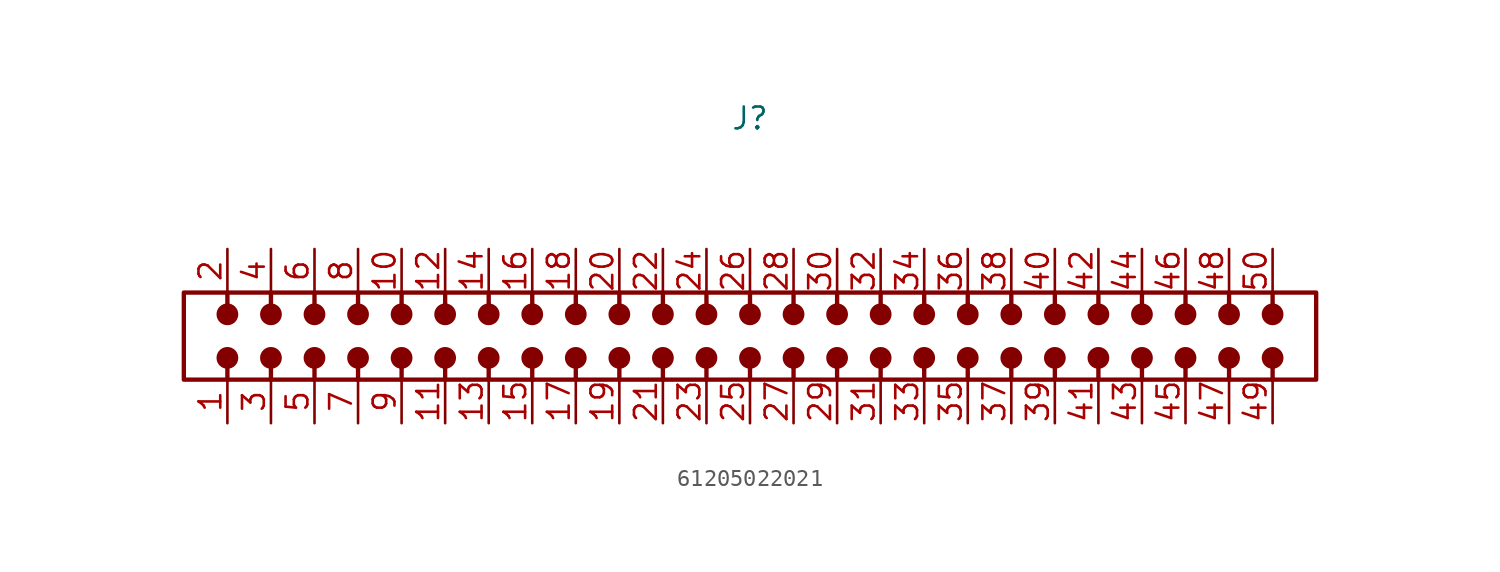
<source format=kicad_sym>
(kicad_symbol_lib
  (version 20241209)
  (generator "kicad_symbol_editor")
  (generator_version "9.0")
  (symbol "61205022021"
    (pin_names
      (hide yes))
    (property "Reference" "J"
      (at 0 12.7 0)
      (effects (font (size 1.27 1.27))))
    (symbol "61205022021_1_1"
      (rectangle (start -33.02 2.54) (end 33.02 -2.54) (stroke (width 0.254) (type solid)) (fill (type none)))
      (polyline (pts (xy -30.48 1.778) (xy -30.48 2.54)) (stroke (width 0.254) (type solid)) (fill (type none)))
      (circle (center -30.48 1.27) (radius 0.508) (stroke (width 0.254) (type solid)) (fill (type outline)))
      (circle (center -30.48 -1.27) (radius 0.508) (stroke (width 0.254) (type solid)) (fill (type outline)))
      (polyline (pts (xy -30.48 -1.778) (xy -30.48 -2.54)) (stroke (width 0.254) (type solid)) (fill (type none)))
      (polyline (pts (xy -27.94 1.778) (xy -27.94 2.54)) (stroke (width 0.254) (type solid)) (fill (type none)))
      (circle (center -27.94 1.27) (radius 0.508) (stroke (width 0.254) (type solid)) (fill (type outline)))
      (circle (center -27.94 -1.27) (radius 0.508) (stroke (width 0.254) (type solid)) (fill (type outline)))
      (polyline (pts (xy -27.94 -1.778) (xy -27.94 -2.54)) (stroke (width 0.254) (type solid)) (fill (type none)))
      (polyline (pts (xy -25.4 1.778) (xy -25.4 2.54)) (stroke (width 0.254) (type solid)) (fill (type none)))
      (circle (center -25.4 1.27) (radius 0.508) (stroke (width 0.254) (type solid)) (fill (type outline)))
      (circle (center -25.4 -1.27) (radius 0.508) (stroke (width 0.254) (type solid)) (fill (type outline)))
      (polyline (pts (xy -25.4 -1.778) (xy -25.4 -2.54)) (stroke (width 0.254) (type solid)) (fill (type none)))
      (polyline (pts (xy -22.86 1.778) (xy -22.86 2.54)) (stroke (width 0.254) (type solid)) (fill (type none)))
      (circle (center -22.86 1.27) (radius 0.508) (stroke (width 0.254) (type solid)) (fill (type outline)))
      (circle (center -22.86 -1.27) (radius 0.508) (stroke (width 0.254) (type solid)) (fill (type outline)))
      (polyline (pts (xy -22.86 -1.778) (xy -22.86 -2.54)) (stroke (width 0.254) (type solid)) (fill (type none)))
      (polyline (pts (xy -20.32 1.778) (xy -20.32 2.54)) (stroke (width 0.254) (type solid)) (fill (type none)))
      (circle (center -20.32 1.27) (radius 0.508) (stroke (width 0.254) (type solid)) (fill (type outline)))
      (circle (center -20.32 -1.27) (radius 0.508) (stroke (width 0.254) (type solid)) (fill (type outline)))
      (polyline (pts (xy -20.32 -1.778) (xy -20.32 -2.54)) (stroke (width 0.254) (type solid)) (fill (type none)))
      (polyline (pts (xy -17.78 1.778) (xy -17.78 2.54)) (stroke (width 0.254) (type solid)) (fill (type none)))
      (circle (center -17.78 1.27) (radius 0.508) (stroke (width 0.254) (type solid)) (fill (type outline)))
      (circle (center -17.78 -1.27) (radius 0.508) (stroke (width 0.254) (type solid)) (fill (type outline)))
      (polyline (pts (xy -17.78 -1.778) (xy -17.78 -2.54)) (stroke (width 0.254) (type solid)) (fill (type none)))
      (polyline (pts (xy -15.24 1.778) (xy -15.24 2.54)) (stroke (width 0.254) (type solid)) (fill (type none)))
      (circle (center -15.24 1.27) (radius 0.508) (stroke (width 0.254) (type solid)) (fill (type outline)))
      (circle (center -15.24 -1.27) (radius 0.508) (stroke (width 0.254) (type solid)) (fill (type outline)))
      (polyline (pts (xy -15.24 -1.778) (xy -15.24 -2.54)) (stroke (width 0.254) (type solid)) (fill (type none)))
      (polyline (pts (xy -12.7 1.778) (xy -12.7 2.54)) (stroke (width 0.254) (type solid)) (fill (type none)))
      (circle (center -12.7 1.27) (radius 0.508) (stroke (width 0.254) (type solid)) (fill (type outline)))
      (circle (center -12.7 -1.27) (radius 0.508) (stroke (width 0.254) (type solid)) (fill (type outline)))
      (polyline (pts (xy -12.7 -1.778) (xy -12.7 -2.54)) (stroke (width 0.254) (type solid)) (fill (type none)))
      (polyline (pts (xy -10.16 1.778) (xy -10.16 2.54)) (stroke (width 0.254) (type solid)) (fill (type none)))
      (circle (center -10.16 1.27) (radius 0.508) (stroke (width 0.254) (type solid)) (fill (type outline)))
      (circle (center -10.16 -1.27) (radius 0.508) (stroke (width 0.254) (type solid)) (fill (type outline)))
      (polyline (pts (xy -10.16 -1.778) (xy -10.16 -2.54)) (stroke (width 0.254) (type solid)) (fill (type none)))
      (polyline (pts (xy -7.62 1.778) (xy -7.62 2.54)) (stroke (width 0.254) (type solid)) (fill (type none)))
      (circle (center -7.62 1.27) (radius 0.508) (stroke (width 0.254) (type solid)) (fill (type outline)))
      (circle (center -7.62 -1.27) (radius 0.508) (stroke (width 0.254) (type solid)) (fill (type outline)))
      (polyline (pts (xy -7.62 -1.778) (xy -7.62 -2.54)) (stroke (width 0.254) (type solid)) (fill (type none)))
      (polyline (pts (xy -5.08 1.778) (xy -5.08 2.54)) (stroke (width 0.254) (type solid)) (fill (type none)))
      (circle (center -5.08 1.27) (radius 0.508) (stroke (width 0.254) (type solid)) (fill (type outline)))
      (circle (center -5.08 -1.27) (radius 0.508) (stroke (width 0.254) (type solid)) (fill (type outline)))
      (polyline (pts (xy -5.08 -1.778) (xy -5.08 -2.54)) (stroke (width 0.254) (type solid)) (fill (type none)))
      (polyline (pts (xy -2.54 1.778) (xy -2.54 2.54)) (stroke (width 0.254) (type solid)) (fill (type none)))
      (circle (center -2.54 1.27) (radius 0.508) (stroke (width 0.254) (type solid)) (fill (type outline)))
      (circle (center -2.54 -1.27) (radius 0.508) (stroke (width 0.254) (type solid)) (fill (type outline)))
      (polyline (pts (xy -2.54 -1.778) (xy -2.54 -2.54)) (stroke (width 0.254) (type solid)) (fill (type none)))
      (polyline (pts (xy 0 1.778) (xy 0 2.54)) (stroke (width 0.254) (type solid)) (fill (type none)))
      (circle (center 0 1.27) (radius 0.508) (stroke (width 0.254) (type solid)) (fill (type outline)))
      (circle (center 0 -1.27) (radius 0.508) (stroke (width 0.254) (type solid)) (fill (type outline)))
      (polyline (pts (xy 0 -1.778) (xy 0 -2.54)) (stroke (width 0.254) (type solid)) (fill (type none)))
      (polyline (pts (xy 2.54 1.778) (xy 2.54 2.54)) (stroke (width 0.254) (type solid)) (fill (type none)))
      (circle (center 2.54 1.27) (radius 0.508) (stroke (width 0.254) (type solid)) (fill (type outline)))
      (circle (center 2.54 -1.27) (radius 0.508) (stroke (width 0.254) (type solid)) (fill (type outline)))
      (polyline (pts (xy 2.54 -1.778) (xy 2.54 -2.54)) (stroke (width 0.254) (type solid)) (fill (type none)))
      (polyline (pts (xy 5.08 1.778) (xy 5.08 2.54)) (stroke (width 0.254) (type solid)) (fill (type none)))
      (circle (center 5.08 1.27) (radius 0.508) (stroke (width 0.254) (type solid)) (fill (type outline)))
      (circle (center 5.08 -1.27) (radius 0.508) (stroke (width 0.254) (type solid)) (fill (type outline)))
      (polyline (pts (xy 5.08 -1.778) (xy 5.08 -2.54)) (stroke (width 0.254) (type solid)) (fill (type none)))
      (polyline (pts (xy 7.62 1.778) (xy 7.62 2.54)) (stroke (width 0.254) (type solid)) (fill (type none)))
      (circle (center 7.62 1.27) (radius 0.508) (stroke (width 0.254) (type solid)) (fill (type outline)))
      (circle (center 7.62 -1.27) (radius 0.508) (stroke (width 0.254) (type solid)) (fill (type outline)))
      (polyline (pts (xy 7.62 -1.778) (xy 7.62 -2.54)) (stroke (width 0.254) (type solid)) (fill (type none)))
      (polyline (pts (xy 10.16 1.778) (xy 10.16 2.54)) (stroke (width 0.254) (type solid)) (fill (type none)))
      (circle (center 10.16 1.27) (radius 0.508) (stroke (width 0.254) (type solid)) (fill (type outline)))
      (circle (center 10.16 -1.27) (radius 0.508) (stroke (width 0.254) (type solid)) (fill (type outline)))
      (polyline (pts (xy 10.16 -1.778) (xy 10.16 -2.54)) (stroke (width 0.254) (type solid)) (fill (type none)))
      (polyline (pts (xy 12.7 1.778) (xy 12.7 2.54)) (stroke (width 0.254) (type solid)) (fill (type none)))
      (circle (center 12.7 1.27) (radius 0.508) (stroke (width 0.254) (type solid)) (fill (type outline)))
      (circle (center 12.7 -1.27) (radius 0.508) (stroke (width 0.254) (type solid)) (fill (type outline)))
      (polyline (pts (xy 12.7 -1.778) (xy 12.7 -2.54)) (stroke (width 0.254) (type solid)) (fill (type none)))
      (polyline (pts (xy 15.24 1.778) (xy 15.24 2.54)) (stroke (width 0.254) (type solid)) (fill (type none)))
      (circle (center 15.24 1.27) (radius 0.508) (stroke (width 0.254) (type solid)) (fill (type outline)))
      (circle (center 15.24 -1.27) (radius 0.508) (stroke (width 0.254) (type solid)) (fill (type outline)))
      (polyline (pts (xy 15.24 -1.778) (xy 15.24 -2.54)) (stroke (width 0.254) (type solid)) (fill (type none)))
      (polyline (pts (xy 17.78 1.778) (xy 17.78 2.54)) (stroke (width 0.254) (type solid)) (fill (type none)))
      (circle (center 17.78 1.27) (radius 0.508) (stroke (width 0.254) (type solid)) (fill (type outline)))
      (circle (center 17.78 -1.27) (radius 0.508) (stroke (width 0.254) (type solid)) (fill (type outline)))
      (polyline (pts (xy 17.78 -1.778) (xy 17.78 -2.54)) (stroke (width 0.254) (type solid)) (fill (type none)))
      (polyline (pts (xy 20.32 1.778) (xy 20.32 2.54)) (stroke (width 0.254) (type solid)) (fill (type none)))
      (circle (center 20.32 1.27) (radius 0.508) (stroke (width 0.254) (type solid)) (fill (type outline)))
      (circle (center 20.32 -1.27) (radius 0.508) (stroke (width 0.254) (type solid)) (fill (type outline)))
      (polyline (pts (xy 20.32 -1.778) (xy 20.32 -2.54)) (stroke (width 0.254) (type solid)) (fill (type none)))
      (polyline (pts (xy 22.86 1.778) (xy 22.86 2.54)) (stroke (width 0.254) (type solid)) (fill (type none)))
      (circle (center 22.86 1.27) (radius 0.508) (stroke (width 0.254) (type solid)) (fill (type outline)))
      (circle (center 22.86 -1.27) (radius 0.508) (stroke (width 0.254) (type solid)) (fill (type outline)))
      (polyline (pts (xy 22.86 -1.778) (xy 22.86 -2.54)) (stroke (width 0.254) (type solid)) (fill (type none)))
      (polyline (pts (xy 25.4 1.778) (xy 25.4 2.54)) (stroke (width 0.254) (type solid)) (fill (type none)))
      (circle (center 25.4 1.27) (radius 0.508) (stroke (width 0.254) (type solid)) (fill (type outline)))
      (circle (center 25.4 -1.27) (radius 0.508) (stroke (width 0.254) (type solid)) (fill (type outline)))
      (polyline (pts (xy 25.4 -1.778) (xy 25.4 -2.54)) (stroke (width 0.254) (type solid)) (fill (type none)))
      (polyline (pts (xy 27.94 1.778) (xy 27.94 2.54)) (stroke (width 0.254) (type solid)) (fill (type none)))
      (circle (center 27.94 1.27) (radius 0.508) (stroke (width 0.254) (type solid)) (fill (type outline)))
      (circle (center 27.94 -1.27) (radius 0.508) (stroke (width 0.254) (type solid)) (fill (type outline)))
      (polyline (pts (xy 27.94 -1.778) (xy 27.94 -2.54)) (stroke (width 0.254) (type solid)) (fill (type none)))
      (polyline (pts (xy 30.48 1.778) (xy 30.48 2.54)) (stroke (width 0.254) (type solid)) (fill (type none)))
      (circle (center 30.48 1.27) (radius 0.508) (stroke (width 0.254) (type solid)) (fill (type outline)))
      (circle (center 30.48 -1.27) (radius 0.508) (stroke (width 0.254) (type solid)) (fill (type outline)))
      (polyline (pts (xy 30.48 -1.778) (xy 30.48 -2.54)) (stroke (width 0.254) (type solid)) (fill (type none)))
      (pin passive line (at -30.48 5.08 270) (length 2.54) (name "2" (effects (font (size 1.27 1.27)))) (number "2" (effects (font (size 1.27 1.27)))))
      (pin passive line (at -30.48 -5.08 90) (length 2.54) (name "1" (effects (font (size 1.27 1.27)))) (number "1" (effects (font (size 1.27 1.27)))))
      (pin passive line (at -27.94 5.08 270) (length 2.54) (name "4" (effects (font (size 1.27 1.27)))) (number "4" (effects (font (size 1.27 1.27)))))
      (pin passive line (at -27.94 -5.08 90) (length 2.54) (name "3" (effects (font (size 1.27 1.27)))) (number "3" (effects (font (size 1.27 1.27)))))
      (pin passive line (at -25.4 5.08 270) (length 2.54) (name "6" (effects (font (size 1.27 1.27)))) (number "6" (effects (font (size 1.27 1.27)))))
      (pin passive line (at -25.4 -5.08 90) (length 2.54) (name "5" (effects (font (size 1.27 1.27)))) (number "5" (effects (font (size 1.27 1.27)))))
      (pin passive line (at -22.86 5.08 270) (length 2.54) (name "8" (effects (font (size 1.27 1.27)))) (number "8" (effects (font (size 1.27 1.27)))))
      (pin passive line (at -22.86 -5.08 90) (length 2.54) (name "7" (effects (font (size 1.27 1.27)))) (number "7" (effects (font (size 1.27 1.27)))))
      (pin passive line (at -20.32 5.08 270) (length 2.54) (name "10" (effects (font (size 1.27 1.27)))) (number "10" (effects (font (size 1.27 1.27)))))
      (pin passive line (at -20.32 -5.08 90) (length 2.54) (name "9" (effects (font (size 1.27 1.27)))) (number "9" (effects (font (size 1.27 1.27)))))
      (pin passive line (at -17.78 5.08 270) (length 2.54) (name "12" (effects (font (size 1.27 1.27)))) (number "12" (effects (font (size 1.27 1.27)))))
      (pin passive line (at -17.78 -5.08 90) (length 2.54) (name "11" (effects (font (size 1.27 1.27)))) (number "11" (effects (font (size 1.27 1.27)))))
      (pin passive line (at -15.24 5.08 270) (length 2.54) (name "14" (effects (font (size 1.27 1.27)))) (number "14" (effects (font (size 1.27 1.27)))))
      (pin passive line (at -15.24 -5.08 90) (length 2.54) (name "13" (effects (font (size 1.27 1.27)))) (number "13" (effects (font (size 1.27 1.27)))))
      (pin passive line (at -12.7 5.08 270) (length 2.54) (name "16" (effects (font (size 1.27 1.27)))) (number "16" (effects (font (size 1.27 1.27)))))
      (pin passive line (at -12.7 -5.08 90) (length 2.54) (name "15" (effects (font (size 1.27 1.27)))) (number "15" (effects (font (size 1.27 1.27)))))
      (pin passive line (at -10.16 5.08 270) (length 2.54) (name "18" (effects (font (size 1.27 1.27)))) (number "18" (effects (font (size 1.27 1.27)))))
      (pin passive line (at -10.16 -5.08 90) (length 2.54) (name "17" (effects (font (size 1.27 1.27)))) (number "17" (effects (font (size 1.27 1.27)))))
      (pin passive line (at -7.62 5.08 270) (length 2.54) (name "20" (effects (font (size 1.27 1.27)))) (number "20" (effects (font (size 1.27 1.27)))))
      (pin passive line (at -7.62 -5.08 90) (length 2.54) (name "19" (effects (font (size 1.27 1.27)))) (number "19" (effects (font (size 1.27 1.27)))))
      (pin passive line (at -5.08 5.08 270) (length 2.54) (name "22" (effects (font (size 1.27 1.27)))) (number "22" (effects (font (size 1.27 1.27)))))
      (pin passive line (at -5.08 -5.08 90) (length 2.54) (name "21" (effects (font (size 1.27 1.27)))) (number "21" (effects (font (size 1.27 1.27)))))
      (pin passive line (at -2.54 5.08 270) (length 2.54) (name "24" (effects (font (size 1.27 1.27)))) (number "24" (effects (font (size 1.27 1.27)))))
      (pin passive line (at -2.54 -5.08 90) (length 2.54) (name "23" (effects (font (size 1.27 1.27)))) (number "23" (effects (font (size 1.27 1.27)))))
      (pin passive line (at 0 5.08 270) (length 2.54) (name "26" (effects (font (size 1.27 1.27)))) (number "26" (effects (font (size 1.27 1.27)))))
      (pin passive line (at 0 -5.08 90) (length 2.54) (name "25" (effects (font (size 1.27 1.27)))) (number "25" (effects (font (size 1.27 1.27)))))
      (pin passive line (at 2.54 5.08 270) (length 2.54) (name "28" (effects (font (size 1.27 1.27)))) (number "28" (effects (font (size 1.27 1.27)))))
      (pin passive line (at 2.54 -5.08 90) (length 2.54) (name "27" (effects (font (size 1.27 1.27)))) (number "27" (effects (font (size 1.27 1.27)))))
      (pin passive line (at 5.08 5.08 270) (length 2.54) (name "30" (effects (font (size 1.27 1.27)))) (number "30" (effects (font (size 1.27 1.27)))))
      (pin passive line (at 5.08 -5.08 90) (length 2.54) (name "29" (effects (font (size 1.27 1.27)))) (number "29" (effects (font (size 1.27 1.27)))))
      (pin passive line (at 7.62 5.08 270) (length 2.54) (name "32" (effects (font (size 1.27 1.27)))) (number "32" (effects (font (size 1.27 1.27)))))
      (pin passive line (at 7.62 -5.08 90) (length 2.54) (name "31" (effects (font (size 1.27 1.27)))) (number "31" (effects (font (size 1.27 1.27)))))
      (pin passive line (at 10.16 5.08 270) (length 2.54) (name "34" (effects (font (size 1.27 1.27)))) (number "34" (effects (font (size 1.27 1.27)))))
      (pin passive line (at 10.16 -5.08 90) (length 2.54) (name "33" (effects (font (size 1.27 1.27)))) (number "33" (effects (font (size 1.27 1.27)))))
      (pin passive line (at 12.7 5.08 270) (length 2.54) (name "36" (effects (font (size 1.27 1.27)))) (number "36" (effects (font (size 1.27 1.27)))))
      (pin passive line (at 12.7 -5.08 90) (length 2.54) (name "35" (effects (font (size 1.27 1.27)))) (number "35" (effects (font (size 1.27 1.27)))))
      (pin passive line (at 15.24 5.08 270) (length 2.54) (name "38" (effects (font (size 1.27 1.27)))) (number "38" (effects (font (size 1.27 1.27)))))
      (pin passive line (at 15.24 -5.08 90) (length 2.54) (name "37" (effects (font (size 1.27 1.27)))) (number "37" (effects (font (size 1.27 1.27)))))
      (pin passive line (at 17.78 5.08 270) (length 2.54) (name "40" (effects (font (size 1.27 1.27)))) (number "40" (effects (font (size 1.27 1.27)))))
      (pin passive line (at 17.78 -5.08 90) (length 2.54) (name "39" (effects (font (size 1.27 1.27)))) (number "39" (effects (font (size 1.27 1.27)))))
      (pin passive line (at 20.32 5.08 270) (length 2.54) (name "42" (effects (font (size 1.27 1.27)))) (number "42" (effects (font (size 1.27 1.27)))))
      (pin passive line (at 20.32 -5.08 90) (length 2.54) (name "41" (effects (font (size 1.27 1.27)))) (number "41" (effects (font (size 1.27 1.27)))))
      (pin passive line (at 22.86 5.08 270) (length 2.54) (name "44" (effects (font (size 1.27 1.27)))) (number "44" (effects (font (size 1.27 1.27)))))
      (pin passive line (at 22.86 -5.08 90) (length 2.54) (name "43" (effects (font (size 1.27 1.27)))) (number "43" (effects (font (size 1.27 1.27)))))
      (pin passive line (at 25.4 5.08 270) (length 2.54) (name "46" (effects (font (size 1.27 1.27)))) (number "46" (effects (font (size 1.27 1.27)))))
      (pin passive line (at 25.4 -5.08 90) (length 2.54) (name "45" (effects (font (size 1.27 1.27)))) (number "45" (effects (font (size 1.27 1.27)))))
      (pin passive line (at 27.94 5.08 270) (length 2.54) (name "48" (effects (font (size 1.27 1.27)))) (number "48" (effects (font (size 1.27 1.27)))))
      (pin passive line (at 27.94 -5.08 90) (length 2.54) (name "47" (effects (font (size 1.27 1.27)))) (number "47" (effects (font (size 1.27 1.27)))))
      (pin passive line (at 30.48 5.08 270) (length 2.54) (name "50" (effects (font (size 1.27 1.27)))) (number "50" (effects (font (size 1.27 1.27)))))
      (pin passive line (at 30.48 -5.08 90) (length 2.54) (name "49" (effects (font (size 1.27 1.27)))) (number "49" (effects (font (size 1.27 1.27))))))))
</source>
